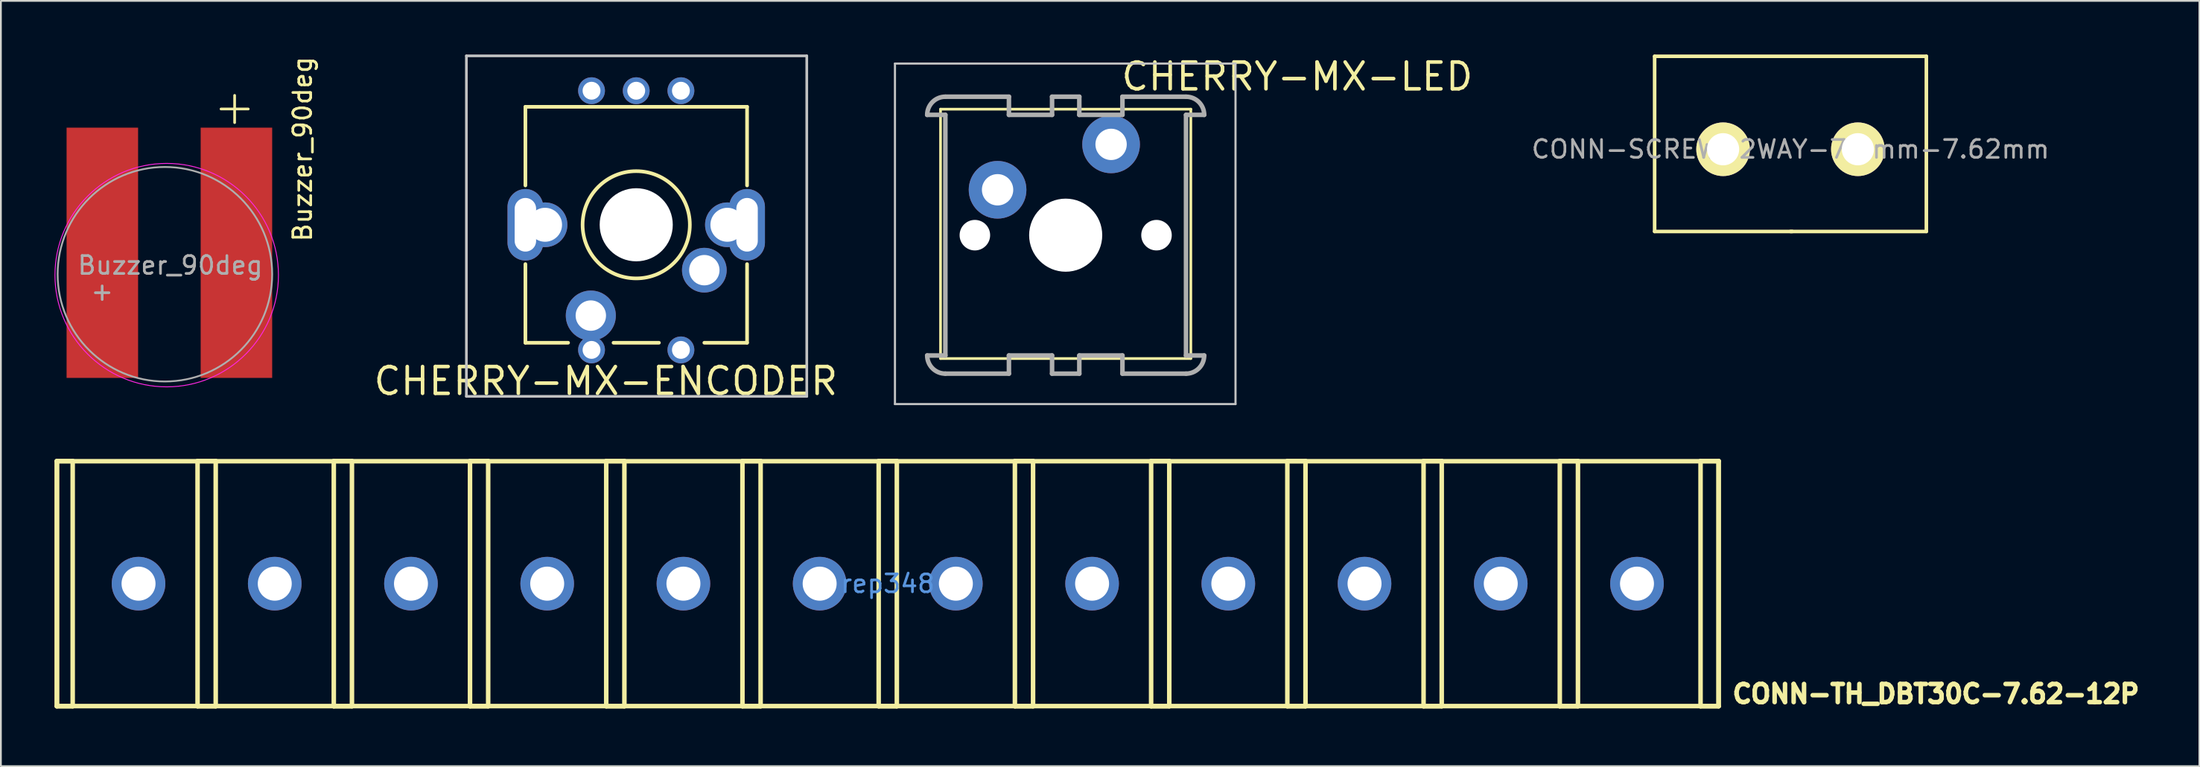
<source format=kicad_pcb>
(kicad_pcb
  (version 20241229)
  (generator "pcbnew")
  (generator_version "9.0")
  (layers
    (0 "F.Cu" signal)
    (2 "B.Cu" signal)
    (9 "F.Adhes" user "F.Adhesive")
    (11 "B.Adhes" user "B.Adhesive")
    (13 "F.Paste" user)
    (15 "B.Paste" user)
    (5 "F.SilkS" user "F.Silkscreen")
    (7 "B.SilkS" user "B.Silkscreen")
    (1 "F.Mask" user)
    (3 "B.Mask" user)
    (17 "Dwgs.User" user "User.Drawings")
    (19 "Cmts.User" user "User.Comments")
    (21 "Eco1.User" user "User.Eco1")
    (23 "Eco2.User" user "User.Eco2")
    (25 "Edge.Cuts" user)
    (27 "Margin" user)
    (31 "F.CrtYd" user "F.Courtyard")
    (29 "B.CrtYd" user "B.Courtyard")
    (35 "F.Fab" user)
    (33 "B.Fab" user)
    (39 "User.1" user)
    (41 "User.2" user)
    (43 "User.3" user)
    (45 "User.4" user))
  (footprint "CONN-TH_DBT30C-7.62-12P"
    (layer "F.Cu")
    (at 46.609 29.602)
    (property "Reference" "CONN-TH_DBT30C-7.62-12P" (at 47.12 6.17 180) (layer "F.SilkS") (effects (font (size 1.016 1.016) (thickness 0.254)) (justify left)))
    (attr through_hole)
    (fp_line (start -46.482 -6.858) (end -46.482 6.858) (stroke (width 0.254) (type solid)) (layer "F.SilkS"))
    (fp_line (start -46.482 6.858) (end -45.593 6.858) (stroke (width 0.254) (type solid)) (layer "F.SilkS"))
    (fp_line (start -46.47 -6.85) (end -46.47 6.85) (stroke (width 0.254) (type solid)) (layer "F.SilkS"))
    (fp_line (start -46.47 6.85) (end 46.47 6.85) (stroke (width 0.254) (type solid)) (layer "F.SilkS"))
    (fp_line (start -45.593 -6.858) (end -46.482 -6.858) (stroke (width 0.254) (type solid)) (layer "F.SilkS"))
    (fp_line (start -45.593 6.858) (end -45.593 -6.858) (stroke (width 0.254) (type solid)) (layer "F.SilkS"))
    (fp_line (start -38.608 -6.858) (end -38.608 6.858) (stroke (width 0.254) (type solid)) (layer "F.SilkS"))
    (fp_line (start -38.608 6.858) (end -37.592 6.858) (stroke (width 0.254) (type solid)) (layer "F.SilkS"))
    (fp_line (start -37.592 -6.858) (end -38.608 -6.858) (stroke (width 0.254) (type solid)) (layer "F.SilkS"))
    (fp_line (start -37.592 6.858) (end -37.592 -6.858) (stroke (width 0.254) (type solid)) (layer "F.SilkS"))
    (fp_line (start -30.988 -6.858) (end -30.988 6.858) (stroke (width 0.254) (type solid)) (layer "F.SilkS"))
    (fp_line (start -30.988 6.858) (end -29.972 6.858) (stroke (width 0.254) (type solid)) (layer "F.SilkS"))
    (fp_line (start -29.972 -6.858) (end -30.988 -6.858) (stroke (width 0.254) (type solid)) (layer "F.SilkS"))
    (fp_line (start -29.972 6.858) (end -29.972 -6.858) (stroke (width 0.254) (type solid)) (layer "F.SilkS"))
    (fp_line (start -23.368 -6.858) (end -23.368 6.858) (stroke (width 0.254) (type solid)) (layer "F.SilkS"))
    (fp_line (start -23.368 6.858) (end -22.352 6.858) (stroke (width 0.254) (type solid)) (layer "F.SilkS"))
    (fp_line (start -22.352 -6.858) (end -23.368 -6.858) (stroke (width 0.254) (type solid)) (layer "F.SilkS"))
    (fp_line (start -22.352 6.858) (end -22.352 -6.858) (stroke (width 0.254) (type solid)) (layer "F.SilkS"))
    (fp_line (start -15.748 -6.858) (end -15.748 6.858) (stroke (width 0.254) (type solid)) (layer "F.SilkS"))
    (fp_line (start -15.748 6.858) (end -14.732 6.858) (stroke (width 0.254) (type solid)) (layer "F.SilkS"))
    (fp_line (start -14.732 -6.858) (end -15.748 -6.858) (stroke (width 0.254) (type solid)) (layer "F.SilkS"))
    (fp_line (start -14.732 6.858) (end -14.732 -6.858) (stroke (width 0.254) (type solid)) (layer "F.SilkS"))
    (fp_line (start -8.128 -6.858) (end -8.128 6.858) (stroke (width 0.254) (type solid)) (layer "F.SilkS"))
    (fp_line (start -8.128 6.858) (end -7.112 6.858) (stroke (width 0.254) (type solid)) (layer "F.SilkS"))
    (fp_line (start -7.112 -6.858) (end -8.128 -6.858) (stroke (width 0.254) (type solid)) (layer "F.SilkS"))
    (fp_line (start -7.112 6.858) (end -7.112 -6.858) (stroke (width 0.254) (type solid)) (layer "F.SilkS"))
    (fp_line (start -0.508 -6.858) (end -0.508 6.858) (stroke (width 0.254) (type solid)) (layer "F.SilkS"))
    (fp_line (start -0.508 6.858) (end 0.508 6.858) (stroke (width 0.254) (type solid)) (layer "F.SilkS"))
    (fp_line (start 0.508 -6.858) (end -0.508 -6.858) (stroke (width 0.254) (type solid)) (layer "F.SilkS"))
    (fp_line (start 0.508 6.858) (end 0.508 -6.858) (stroke (width 0.254) (type solid)) (layer "F.SilkS"))
    (fp_line (start 7.112 -6.858) (end 7.112 6.858) (stroke (width 0.254) (type solid)) (layer "F.SilkS"))
    (fp_line (start 7.112 6.858) (end 8.128 6.858) (stroke (width 0.254) (type solid)) (layer "F.SilkS"))
    (fp_line (start 8.128 -6.858) (end 7.112 -6.858) (stroke (width 0.254) (type solid)) (layer "F.SilkS"))
    (fp_line (start 8.128 6.858) (end 8.128 -6.858) (stroke (width 0.254) (type solid)) (layer "F.SilkS"))
    (fp_line (start 14.732 -6.858) (end 14.732 6.858) (stroke (width 0.254) (type solid)) (layer "F.SilkS"))
    (fp_line (start 14.732 6.858) (end 15.748 6.858) (stroke (width 0.254) (type solid)) (layer "F.SilkS"))
    (fp_line (start 15.748 -6.858) (end 14.732 -6.858) (stroke (width 0.254) (type solid)) (layer "F.SilkS"))
    (fp_line (start 15.748 6.858) (end 15.748 -6.858) (stroke (width 0.254) (type solid)) (layer "F.SilkS"))
    (fp_line (start 22.352 -6.858) (end 22.352 6.858) (stroke (width 0.254) (type solid)) (layer "F.SilkS"))
    (fp_line (start 22.352 6.858) (end 23.368 6.858) (stroke (width 0.254) (type solid)) (layer "F.SilkS"))
    (fp_line (start 23.368 -6.858) (end 22.352 -6.858) (stroke (width 0.254) (type solid)) (layer "F.SilkS"))
    (fp_line (start 23.368 6.858) (end 23.368 -6.858) (stroke (width 0.254) (type solid)) (layer "F.SilkS"))
    (fp_line (start 29.972 -6.858) (end 29.972 6.858) (stroke (width 0.254) (type solid)) (layer "F.SilkS"))
    (fp_line (start 29.972 6.858) (end 30.988 6.858) (stroke (width 0.254) (type solid)) (layer "F.SilkS"))
    (fp_line (start 30.988 -6.858) (end 29.972 -6.858) (stroke (width 0.254) (type solid)) (layer "F.SilkS"))
    (fp_line (start 30.988 6.858) (end 30.988 -6.858) (stroke (width 0.254) (type solid)) (layer "F.SilkS"))
    (fp_line (start 37.592 -6.858) (end 37.592 6.858) (stroke (width 0.254) (type solid)) (layer "F.SilkS"))
    (fp_line (start 37.592 6.858) (end 38.608 6.858) (stroke (width 0.254) (type solid)) (layer "F.SilkS"))
    (fp_line (start 38.608 -6.858) (end 37.592 -6.858) (stroke (width 0.254) (type solid)) (layer "F.SilkS"))
    (fp_line (start 38.608 6.858) (end 38.608 -6.858) (stroke (width 0.254) (type solid)) (layer "F.SilkS"))
    (fp_line (start 45.466 -6.858) (end 45.466 6.858) (stroke (width 0.254) (type solid)) (layer "F.SilkS"))
    (fp_line (start 45.466 6.858) (end 46.482 6.858) (stroke (width 0.254) (type solid)) (layer "F.SilkS"))
    (fp_line (start 46.47 -6.85) (end -46.47 -6.85) (stroke (width 0.254) (type solid)) (layer "F.SilkS"))
    (fp_line (start 46.47 6.85) (end 46.47 -6.85) (stroke (width 0.254) (type solid)) (layer "F.SilkS"))
    (fp_line (start 46.482 -6.858) (end 45.466 -6.858) (stroke (width 0.254) (type solid)) (layer "F.SilkS"))
    (fp_line (start 46.482 6.858) (end 46.482 -6.858) (stroke (width 0.254) (type solid)) (layer "F.SilkS"))
    (fp_text user "rep348" (at 0 0 180) (layer "Cmts.User") (effects (font (size 1 1) (thickness 0.15))))
    (pad "1" thru_hole circle (at -41.91 0) (size 3 3) (drill oval 1.9 1.905) (layers "*.Cu" "*.Paste" "*.Mask"))
    (pad "2" thru_hole circle (at -34.29 0) (size 3 3) (drill oval 1.9 1.905) (layers "*.Cu" "*.Paste" "*.Mask"))
    (pad "3" thru_hole circle (at -26.67 0) (size 3 3) (drill oval 1.9 1.905) (layers "*.Cu" "*.Paste" "*.Mask"))
    (pad "4" thru_hole circle (at -19.05 0) (size 3 3) (drill oval 1.9 1.905) (layers "*.Cu" "*.Paste" "*.Mask"))
    (pad "5" thru_hole circle (at -11.43 0) (size 3 3) (drill oval 1.9 1.905) (layers "*.Cu" "*.Paste" "*.Mask"))
    (pad "6" thru_hole circle (at -3.81 0) (size 3 3) (drill oval 1.9 1.905) (layers "*.Cu" "*.Paste" "*.Mask"))
    (pad "7" thru_hole circle (at 3.81 0) (size 3 3) (drill oval 1.9 1.905) (layers "*.Cu" "*.Paste" "*.Mask"))
    (pad "8" thru_hole circle (at 11.43 0) (size 3 3) (drill oval 1.9 1.905) (layers "*.Cu" "*.Paste" "*.Mask"))
    (pad "9" thru_hole circle (at 19.05 0) (size 3 3) (drill oval 1.9 1.905) (layers "*.Cu" "*.Paste" "*.Mask"))
    (pad "10" thru_hole circle (at 26.67 0) (size 3 3) (drill oval 1.9 1.905) (layers "*.Cu" "*.Paste" "*.Mask"))
    (pad "11" thru_hole circle (at 34.29 0) (size 3 3) (drill oval 1.9 1.905) (layers "*.Cu" "*.Paste" "*.Mask"))
    (pad "12" thru_hole circle (at 41.91 0) (size 3 3) (drill oval 1.9 1.905) (layers "*.Cu" "*.Paste" "*.Mask")))
  (footprint "CHERRY-MX-LED"
    (layer "F.Cu")
    (at 56.562 10.107)
    (property "Reference" "CHERRY-MX-LED" (at 3 -9.75 180) (layer "F.SilkS") (effects (font (size 1.5 1.5) (thickness 0.2)) (justify left top)))
    (attr through_hole)
    (fp_line (start -7 -7.05) (end 7 -7.05) (stroke (width 0.15) (type solid)) (layer "F.SilkS"))
    (fp_line (start -7 6.9) (end -7 -7.05) (stroke (width 0.15) (type solid)) (layer "F.SilkS"))
    (fp_line (start 7 -7.05) (end 7 6.9) (stroke (width 0.15) (type solid)) (layer "F.SilkS"))
    (fp_line (start 7 6.9) (end -7 6.9) (stroke (width 0.15) (type solid)) (layer "F.SilkS"))
    (fp_line (start -9.55 -9.6) (end -9.55 9.45) (stroke (width 0.12) (type solid)) (layer "Dwgs.User"))
    (fp_line (start -9.55 -9.6) (end 9.5 -9.6) (stroke (width 0.12) (type solid)) (layer "Dwgs.User"))
    (fp_line (start -9.55 9.45) (end 9.5 9.45) (stroke (width 0.12) (type solid)) (layer "Dwgs.User"))
    (fp_line (start 9.5 -9.6) (end 9.5 9.45) (stroke (width 0.12) (type solid)) (layer "Dwgs.User"))
    (fp_line (start -6.731 -7.747) (end -3.175 -7.747) (stroke (width 0.254) (type solid)) (layer "F.Fab"))
    (fp_line (start -6.731 -6.731) (end -7.747 -6.731) (stroke (width 0.254) (type solid)) (layer "F.Fab"))
    (fp_line (start -6.731 6.731) (end -7.747 6.731) (stroke (width 0.254) (type solid)) (layer "F.Fab"))
    (fp_line (start -6.731 6.731) (end -6.731 -6.731) (stroke (width 0.254) (type solid)) (layer "F.Fab"))
    (fp_line (start -6.731 7.747) (end -3.175 7.747) (stroke (width 0.254) (type solid)) (layer "F.Fab"))
    (fp_line (start -3.175 -7.747) (end -3.175 -6.731) (stroke (width 0.254) (type solid)) (layer "F.Fab"))
    (fp_line (start -3.175 -6.731) (end -0.762 -6.731) (stroke (width 0.254) (type solid)) (layer "F.Fab"))
    (fp_line (start -3.175 7.747) (end -3.175 6.731) (stroke (width 0.254) (type solid)) (layer "F.Fab"))
    (fp_line (start -0.762 -7.747) (end 0.762 -7.747) (stroke (width 0.254) (type solid)) (layer "F.Fab"))
    (fp_line (start -0.762 -6.731) (end -0.762 -7.747) (stroke (width 0.254) (type solid)) (layer "F.Fab"))
    (fp_line (start -0.762 6.731) (end -3.175 6.731) (stroke (width 0.254) (type solid)) (layer "F.Fab"))
    (fp_line (start -0.762 7.747) (end -0.762 6.731) (stroke (width 0.254) (type solid)) (layer "F.Fab"))
    (fp_line (start 0.762 -7.747) (end 0.762 -6.731) (stroke (width 0.254) (type solid)) (layer "F.Fab"))
    (fp_line (start 0.762 -6.731) (end 3.175 -6.731) (stroke (width 0.254) (type solid)) (layer "F.Fab"))
    (fp_line (start 0.762 6.731) (end 0.762 7.747) (stroke (width 0.254) (type solid)) (layer "F.Fab"))
    (fp_line (start 0.762 7.747) (end -0.762 7.747) (stroke (width 0.254) (type solid)) (layer "F.Fab"))
    (fp_line (start 3.175 -7.747) (end 3.175 -6.731) (stroke (width 0.254) (type solid)) (layer "F.Fab"))
    (fp_line (start 3.175 6.731) (end 0.762 6.731) (stroke (width 0.254) (type solid)) (layer "F.Fab"))
    (fp_line (start 3.175 7.747) (end 3.175 6.731) (stroke (width 0.254) (type solid)) (layer "F.Fab"))
    (fp_line (start 6.731 -7.747) (end 3.175 -7.747) (stroke (width 0.254) (type solid)) (layer "F.Fab"))
    (fp_line (start 6.731 -6.731) (end 6.731 6.731) (stroke (width 0.254) (type solid)) (layer "F.Fab"))
    (fp_line (start 6.731 -6.731) (end 7.747 -6.731) (stroke (width 0.254) (type solid)) (layer "F.Fab"))
    (fp_line (start 6.731 6.731) (end 7.747 6.731) (stroke (width 0.254) (type solid)) (layer "F.Fab"))
    (fp_line (start 6.731 7.747) (end 3.175 7.747) (stroke (width 0.254) (type solid)) (layer "F.Fab"))
    (fp_arc (start -7.747 -6.731) (mid -7.44942 -7.44942) (end -6.731 -7.747) (stroke (width 0.254) (type solid)) (layer "F.Fab"))
    (fp_arc (start -6.731 7.747) (mid -7.44942 7.44942) (end -7.747 6.731) (stroke (width 0.254) (type solid)) (layer "F.Fab"))
    (fp_arc (start 6.731 -7.747) (mid 7.44942 -7.44942) (end 7.747 -6.731) (stroke (width 0.254) (type solid)) (layer "F.Fab"))
    (fp_arc (start 7.747 6.731) (mid 7.44942 7.44942) (end 6.731 7.747) (stroke (width 0.254) (type solid)) (layer "F.Fab"))
    (pad "" np_thru_hole circle (at -5.08 0) (size 1.707 1.707) (drill 1.707) (layers "*.Cu" "*.Mask"))
    (pad "" np_thru_hole circle (at 0 0) (size 4.089 4.089) (drill 4.089) (layers "*.Cu" "*.Mask"))
    (pad "" np_thru_hole circle (at 5.08 0) (size 1.707 1.707) (drill 1.707) (layers "*.Cu" "*.Mask"))
    (pad "S1" thru_hole circle (at -3.81 -2.54) (size 3.226 3.226) (drill 1.753) (layers "*.Cu" "*.Mask"))
    (pad "S2" thru_hole circle (at 2.54 -5.08) (size 3.226 3.226) (drill 1.753) (layers "*.Cu" "*.Mask")))
  (footprint "Buzzer_90deg"
    (layer "F.Cu")
    (at 2.675 15.792)
    (property "Reference" "Buzzer_90deg" (at 11.2 -10.5 270) (layer "F.SilkS") (effects (font (size 1 1) (thickness 0.15))))
    (attr through_hole)
    (fp_circle (center 3.6 -3.45) (end 9.85 -3.45) (stroke (width 0.05) (type solid)) (fill no) (layer "F.CrtYd"))
    (fp_circle (center 3.5 -3.5) (end 9.5 -3.5) (stroke (width 0.1) (type solid)) (fill no) (layer "F.Fab"))
    (fp_text user "+" (at 7.4 -12.9 0) (layer "F.SilkS") (effects (font (size 2 2) (thickness 0.15))))
    (fp_text user "${REFERENCE}" (at 3.8 -4 0) (layer "F.Fab") (effects (font (size 1 1) (thickness 0.15))))
    (fp_text user "+" (at -0.01 -2.54 0) (layer "F.Fab") (effects (font (size 1 1) (thickness 0.15))))
    (pad "1" smd rect (at 7.5 -4.7) (size 4 14) (layers "F.Cu" "F.Mask" "F.Paste"))
    (pad "2" smd rect (at 0 -4.7) (size 4 14) (layers "F.Cu" "F.Mask" "F.Paste")))
  (footprint "CHERRY-MX-ENCODER"
    (layer "F.Cu")
    (at 32.539 9.525)
    (property "Reference" "CHERRY-MX-ENCODER" (at -1.701 8.746 0) (layer "F.SilkS") (effects (font (size 1.5 1.5) (thickness 0.2))))
    (attr through_hole)
    (fp_line (start -6.2 -6.6) (end -6.2 -2.2) (stroke (width 0.203) (type solid)) (layer "F.SilkS"))
    (fp_line (start -6.2 2.2) (end -6.2 6.6) (stroke (width 0.203) (type solid)) (layer "F.SilkS"))
    (fp_line (start -6.2 6.6) (end -3.81 6.6) (stroke (width 0.203) (type solid)) (layer "F.SilkS"))
    (fp_line (start -1.27 6.6) (end 1.27 6.6) (stroke (width 0.203) (type solid)) (layer "F.SilkS"))
    (fp_line (start 3.81 6.6) (end 6.2 6.6) (stroke (width 0.203) (type solid)) (layer "F.SilkS"))
    (fp_line (start 6.2 -6.6) (end -6.2 -6.6) (stroke (width 0.203) (type solid)) (layer "F.SilkS"))
    (fp_line (start 6.2 -6.6) (end 6.2 -2.2) (stroke (width 0.203) (type solid)) (layer "F.SilkS"))
    (fp_line (start 6.2 2.2) (end 6.2 6.6) (stroke (width 0.203) (type solid)) (layer "F.SilkS"))
    (fp_circle (center 0 0) (end 3 0) (stroke (width 0.203) (type solid)) (fill no) (layer "F.SilkS"))
    (fp_line (start -9.5 9.6) (end -9.5 -9.45) (stroke (width 0.15) (type solid)) (layer "Dwgs.User"))
    (fp_line (start 9.54 -9.45) (end -9.5 -9.45) (stroke (width 0.15) (type solid)) (layer "Dwgs.User"))
    (fp_line (start 9.54 9.6) (end -9.5 9.6) (stroke (width 0.15) (type solid)) (layer "Dwgs.User"))
    (fp_line (start 9.54 9.6) (end 9.54 -9.45) (stroke (width 0.15) (type solid)) (layer "Dwgs.User"))
    (pad "" np_thru_hole circle (at 0 0) (size 4.089 4.089) (drill 4.089) (layers "*.Cu" "*.Mask"))
    (pad "A" thru_hole circle (at 2.5 -7.5 180) (size 1.5 1.5) (drill 1) (layers "*.Cu" "*.Mask"))
    (pad "B" thru_hole circle (at -2.5 -7.5 180) (size 1.5 1.5) (drill 1) (layers "*.Cu" "*.Mask"))
    (pad "C" thru_hole circle (at 0 -7.5 180) (size 1.5 1.5) (drill 1) (layers "*.Cu" "*.Mask"))
    (pad "CASE1" thru_hole oval (at -6.2 0) (size 2 4) (drill oval 1.2 3) (layers "*.Cu" "*.Mask"))
    (pad "CASE1" thru_hole oval (at -5.1 0) (size 2.5 2.5) (drill oval 1.9) (layers "*.Cu" "*.Mask"))
    (pad "CASE2" thru_hole oval (at 5.1 0) (size 2.5 2.5) (drill oval 1.9) (layers "*.Cu" "*.Mask"))
    (pad "CASE2" thru_hole oval (at 6.2 0) (size 2 4) (drill oval 1.2 3) (layers "*.Cu" "*.Mask"))
    (pad "D" thru_hole circle (at 2.5 7 180) (size 1.5 1.5) (drill 1) (layers "*.Cu" "*.Mask"))
    (pad "E" thru_hole circle (at -2.5 7 180) (size 1.5 1.5) (drill 1) (layers "*.Cu" "*.Mask"))
    (pad "S1" thru_hole circle (at 3.81 2.54 180) (size 2.5 2.5) (drill 1.7) (layers "*.Cu" "*.Mask"))
    (pad "S2" thru_hole circle (at -2.54 5.08 180) (size 2.8 2.8) (drill 1.7) (layers "*.Cu" "*.Mask")))
  (footprint "CONN-SCREW-2WAY-7.5mm-7.62mm"
    (layer "F.Cu")
    (at 97.106 5.3)
    (property "Reference" "CONN-SCREW-2WAY-7.5mm-7.62mm" (at 0 0 0) (layer "F.Fab") (effects (font (size 1 1) (thickness 0.15))))
    (attr through_hole)
    (fp_line (start -7.6 -5.2) (end -7.6 4.6) (stroke (width 0.2) (type solid)) (layer "F.SilkS"))
    (fp_line (start -7.6 4.6) (end 0.1 4.6) (stroke (width 0.2) (type solid)) (layer "F.SilkS"))
    (fp_line (start 0 4.6) (end 7.6 4.6) (stroke (width 0.2) (type solid)) (layer "F.SilkS"))
    (fp_line (start 7.6 -5.2) (end -7.6 -5.2) (stroke (width 0.2) (type solid)) (layer "F.SilkS"))
    (fp_line (start 7.6 4.6) (end 7.6 -5.2) (stroke (width 0.2) (type solid)) (layer "F.SilkS"))
    (pad "1" thru_hole circle (at -3.77 0) (size 3 3) (drill 1.8) (layers "*.Cu" "*.Mask" "F.SilkS"))
    (pad "2" thru_hole circle (at 3.77 0) (size 3 3) (drill 1.8) (layers "*.Cu" "*.Mask" "F.SilkS")))
  (gr_rect
    (start -3 -3)
    (end 119.978 39.812)
    (stroke (width 0.1) (type default))
    (fill no)
    (layer "Edge.Cuts")))
</source>
